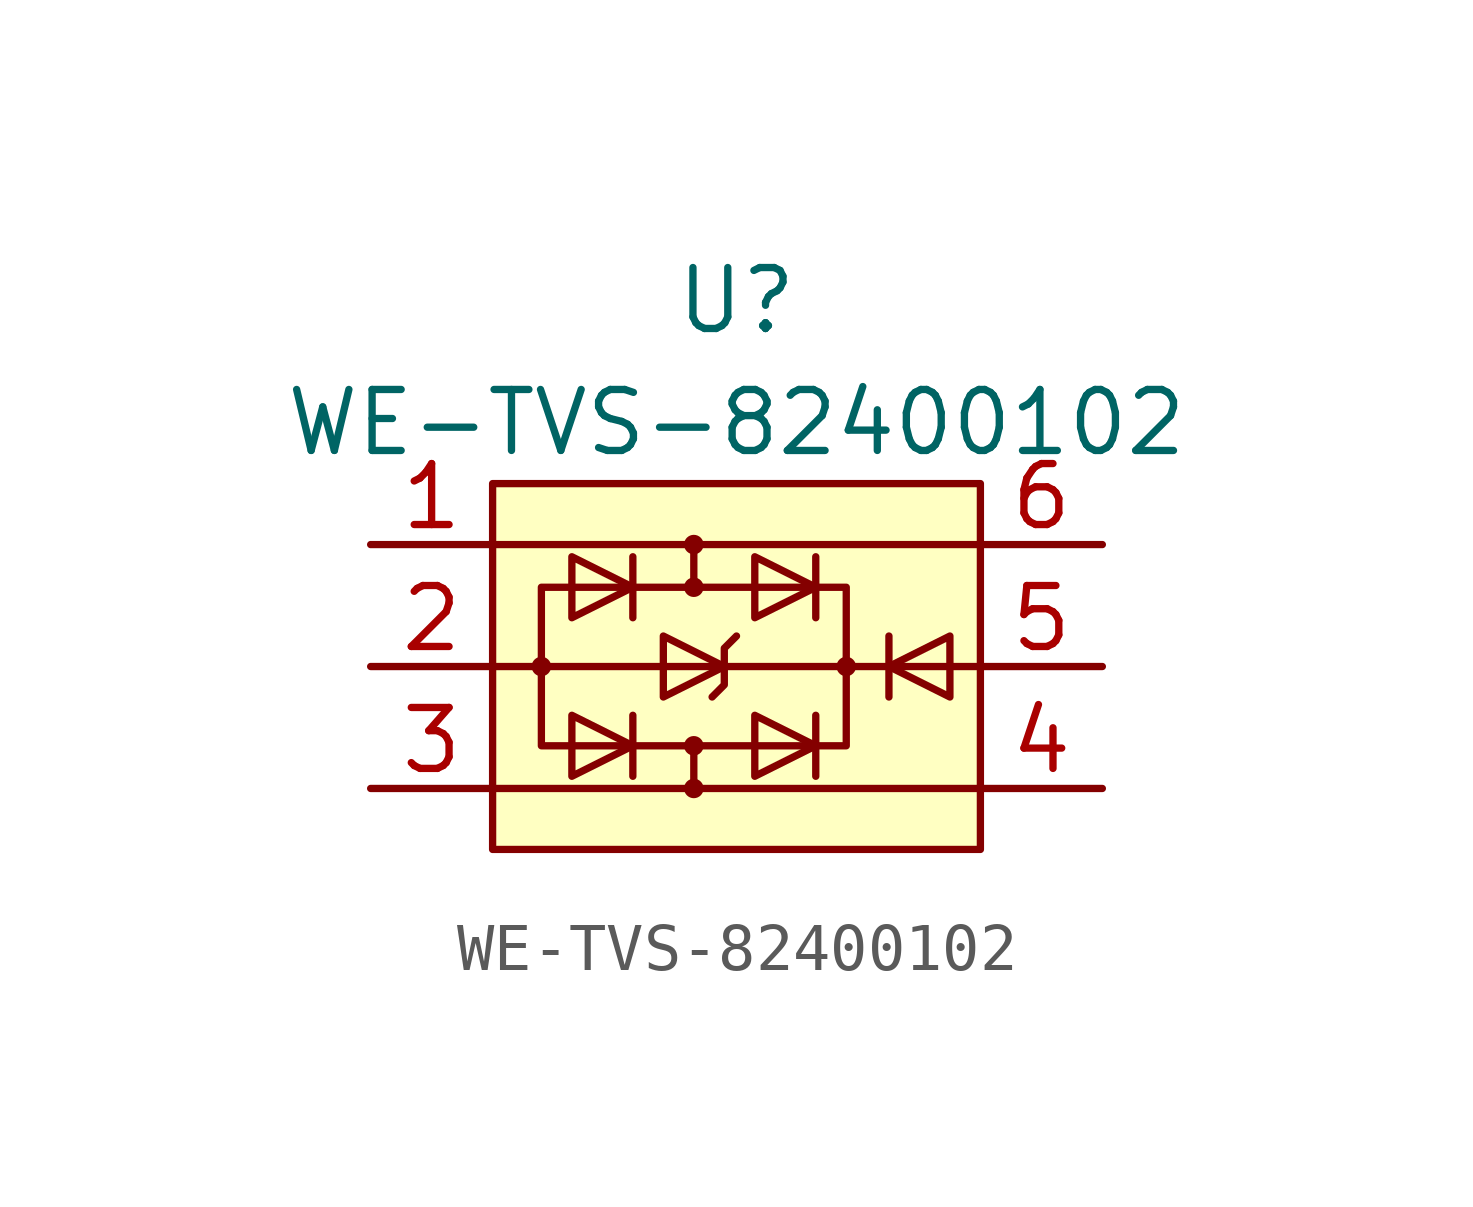
<source format=kicad_sym>
(kicad_symbol_lib
  (version 20231120)
  (generator "kicad_symbol_editor")
  (generator_version "8.0")
  (symbol "WE-TVS-82400102"
    (property "Reference" "U"
      (at 0 7.62 0)
      (effects (font (size 1.27 1.27))))
    (property "Value" "WE-TVS-82400102"
      (at 0 5.08 0)
      (effects (font (size 1.27 1.27))))
    (symbol "WE-TVS-82400102_0_1"
      (rectangle (start -5.08 3.81) (end 5.08 -3.81) (stroke (width 0) (type default)) (fill (type background)))
      (circle (center -4.064 0) (radius 0.127) (stroke (width 0) (type default)) (fill (type none)))
      (rectangle (start -4.064 1.651) (end 2.286 -1.651) (stroke (width 0) (type default)) (fill (type none)))
      (circle (center -0.889 -2.54) (radius 0.127) (stroke (width 0) (type default)) (fill (type none)))
      (circle (center -0.889 -1.651) (radius 0.127) (stroke (width 0) (type default)) (fill (type none)))
      (circle (center -0.889 1.651) (radius 0.127) (stroke (width 0) (type default)) (fill (type none)))
      (circle (center -0.889 2.54) (radius 0.127) (stroke (width 0) (type default)) (fill (type none)))
      (polyline (pts (xy -5.08 -2.54) (xy 5.08 -2.54)) (stroke (width 0) (type default)) (fill (type none)))
      (polyline (pts (xy -5.08 2.54) (xy 5.08 2.54)) (stroke (width 0) (type default)) (fill (type none)))
      (polyline (pts (xy -4.064 0) (xy -5.08 0)) (stroke (width 0) (type default)) (fill (type none)))
      (polyline (pts (xy -4.064 0) (xy 2.286 0)) (stroke (width 0) (type default)) (fill (type outline)))
      (polyline (pts (xy -2.159 -1.016) (xy -2.159 -2.286)) (stroke (width 0) (type default)) (fill (type none)))
      (polyline (pts (xy -2.159 2.286) (xy -2.159 1.016)) (stroke (width 0) (type default)) (fill (type none)))
      (polyline (pts (xy -0.889 -1.651) (xy -0.889 -2.413)) (stroke (width 0) (type default)) (fill (type none)))
      (polyline (pts (xy -0.889 1.651) (xy -0.889 2.54)) (stroke (width 0) (type default)) (fill (type none)))
      (polyline (pts (xy 1.651 -1.016) (xy 1.651 -2.286)) (stroke (width 0) (type default)) (fill (type none)))
      (polyline (pts (xy 1.651 2.286) (xy 1.651 1.016)) (stroke (width 0) (type default)) (fill (type none)))
      (polyline (pts (xy 2.286 0) (xy 5.08 0)) (stroke (width 0) (type default)) (fill (type none)))
      (polyline (pts (xy -3.429 -1.016) (xy -3.429 -2.286) (xy -2.159 -1.651) (xy -3.429 -1.016)) (stroke (width 0) (type default)) (fill (type none)))
      (polyline (pts (xy -3.429 1.016) (xy -3.429 2.286) (xy -2.159 1.651) (xy -3.429 1.016)) (stroke (width 0) (type default)) (fill (type none)))
      (polyline (pts (xy 0 0.635) (xy -0.254 0.381) (xy -0.254 -0.381) (xy -0.508 -0.635)) (stroke (width 0) (type default)) (fill (type none)))
      (polyline (pts (xy 0.381 -1.016) (xy 0.381 -2.286) (xy 1.651 -1.651) (xy 0.381 -1.016)) (stroke (width 0) (type default)) (fill (type none)))
      (polyline (pts (xy 0.381 1.016) (xy 0.381 2.286) (xy 1.651 1.651) (xy 0.381 1.016)) (stroke (width 0) (type default)) (fill (type none)))
      (circle (center 2.286 0) (radius 0.127) (stroke (width 0) (type default)) (fill (type none))))
    (symbol "WE-TVS-82400102_1_1"
      (polyline (pts (xy 3.175 0.635) (xy 3.175 -0.635)) (stroke (width 0) (type default)) (fill (type none)))
      (polyline (pts (xy -1.524 0.635) (xy -1.524 -0.635) (xy -0.254 0) (xy -1.524 0.635)) (stroke (width 0) (type default)) (fill (type none)))
      (polyline (pts (xy 4.445 0.635) (xy 4.445 -0.635) (xy 3.175 0) (xy 4.445 0.635)) (stroke (width 0) (type default)) (fill (type none)))
      (pin passive line (at -7.62 2.54 0) (length 2.54) (name "~" (effects (font (size 1.27 1.27)))) (number "1" (effects (font (size 1.27 1.27)))))
      (pin passive line (at -7.62 0 0) (length 2.54) (name "~" (effects (font (size 1.27 1.27)))) (number "2" (effects (font (size 1.27 1.27)))))
      (pin passive line (at -7.62 -2.54 0) (length 2.54) (name "~" (effects (font (size 1.27 1.27)))) (number "3" (effects (font (size 1.27 1.27)))))
      (pin passive line (at 7.62 -2.54 180) (length 2.54) (name "~" (effects (font (size 1.27 1.27)))) (number "4" (effects (font (size 1.27 1.27)))))
      (pin passive line (at 7.62 0 180) (length 2.54) (name "~" (effects (font (size 1.27 1.27)))) (number "5" (effects (font (size 1.27 1.27)))))
      (pin passive line (at 7.62 2.54 180) (length 2.54) (name "~" (effects (font (size 1.27 1.27)))) (number "6" (effects (font (size 1.27 1.27))))))))
</source>
